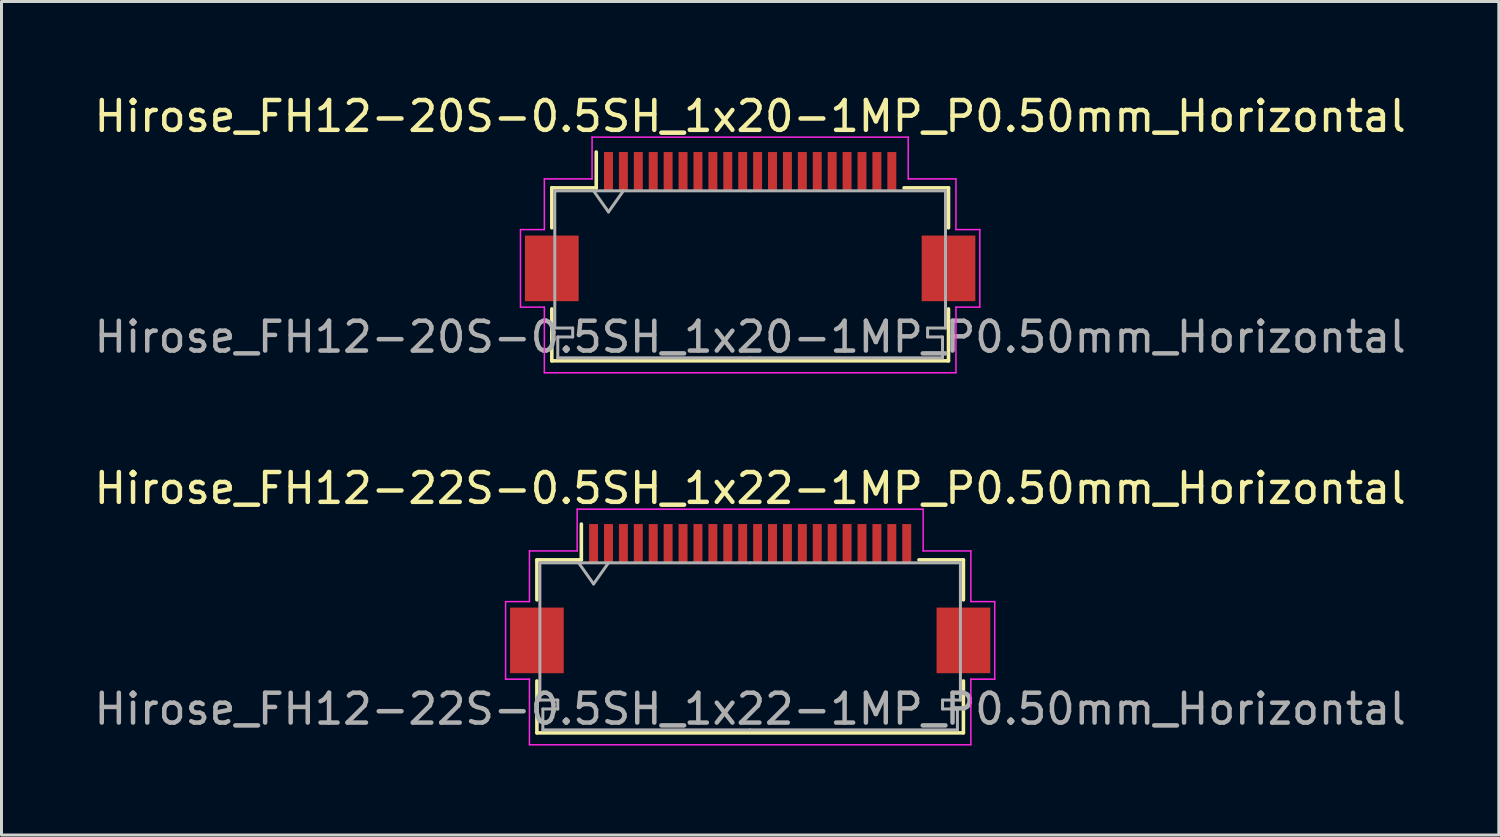
<source format=kicad_pcb>
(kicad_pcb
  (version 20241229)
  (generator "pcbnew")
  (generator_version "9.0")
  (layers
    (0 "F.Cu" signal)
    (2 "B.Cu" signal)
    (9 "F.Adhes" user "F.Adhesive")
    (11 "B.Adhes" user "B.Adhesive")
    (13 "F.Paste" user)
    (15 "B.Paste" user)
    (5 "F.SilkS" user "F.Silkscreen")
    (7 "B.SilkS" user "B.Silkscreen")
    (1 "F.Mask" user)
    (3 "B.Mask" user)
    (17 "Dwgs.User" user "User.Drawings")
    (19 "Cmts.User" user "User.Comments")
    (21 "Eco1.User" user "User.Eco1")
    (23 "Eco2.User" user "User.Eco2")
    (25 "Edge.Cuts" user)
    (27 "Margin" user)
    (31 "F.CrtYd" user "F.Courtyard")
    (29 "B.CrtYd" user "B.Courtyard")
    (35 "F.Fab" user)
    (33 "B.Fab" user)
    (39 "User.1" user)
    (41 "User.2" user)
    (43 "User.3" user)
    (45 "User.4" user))
  (footprint "Hirose_FH12-20S-0.5SH_1x20-1MP_P0.50mm_Horizontal"
    (layer "F.Cu")
    (at 22.101 4.548)
    (property "Reference" "Hirose_FH12-20S-0.5SH_1x20-1MP_P0.50mm_Horizontal" (at 0 -3.7 0) (layer "F.SilkS") (effects (font (size 1 1) (thickness 0.15))))
    (attr smd)
    (fp_line (start -6.65 -1.3) (end -6.65 0.04) (stroke (width 0.12) (type solid)) (layer "F.SilkS"))
    (fp_line (start -6.65 2.76) (end -6.65 4.5) (stroke (width 0.12) (type solid)) (layer "F.SilkS"))
    (fp_line (start -6.65 4.5) (end 6.65 4.5) (stroke (width 0.12) (type solid)) (layer "F.SilkS"))
    (fp_line (start -5.16 -1.3) (end -6.65 -1.3) (stroke (width 0.12) (type solid)) (layer "F.SilkS"))
    (fp_line (start -5.16 -1.3) (end -5.16 -2.5) (stroke (width 0.12) (type solid)) (layer "F.SilkS"))
    (fp_line (start 5.16 -1.3) (end 6.65 -1.3) (stroke (width 0.12) (type solid)) (layer "F.SilkS"))
    (fp_line (start 6.65 -1.3) (end 6.65 0.04) (stroke (width 0.12) (type solid)) (layer "F.SilkS"))
    (fp_line (start 6.65 4.5) (end 6.65 2.76) (stroke (width 0.12) (type solid)) (layer "F.SilkS"))
    (fp_line (start -7.7 0.1) (end -6.9 0.1) (stroke (width 0.05) (type solid)) (layer "F.CrtYd"))
    (fp_line (start -7.7 2.7) (end -7.7 0.1) (stroke (width 0.05) (type solid)) (layer "F.CrtYd"))
    (fp_line (start -7.7 2.7) (end -6.9 2.7) (stroke (width 0.05) (type solid)) (layer "F.CrtYd"))
    (fp_line (start -6.9 -1.6) (end -6.9 0.1) (stroke (width 0.05) (type solid)) (layer "F.CrtYd"))
    (fp_line (start -6.9 -1.6) (end -5.3 -1.6) (stroke (width 0.05) (type solid)) (layer "F.CrtYd"))
    (fp_line (start -6.9 4.9) (end -6.9 2.7) (stroke (width 0.05) (type solid)) (layer "F.CrtYd"))
    (fp_line (start -6.9 4.9) (end 6.9 4.9) (stroke (width 0.05) (type solid)) (layer "F.CrtYd"))
    (fp_line (start -5.3 -1.6) (end -5.3 -3) (stroke (width 0.05) (type solid)) (layer "F.CrtYd"))
    (fp_line (start 5.3 -3) (end -5.3 -3) (stroke (width 0.05) (type solid)) (layer "F.CrtYd"))
    (fp_line (start 5.3 -1.6) (end 5.3 -3) (stroke (width 0.05) (type solid)) (layer "F.CrtYd"))
    (fp_line (start 6.9 -1.6) (end 5.3 -1.6) (stroke (width 0.05) (type solid)) (layer "F.CrtYd"))
    (fp_line (start 6.9 -1.6) (end 6.9 0.1) (stroke (width 0.05) (type solid)) (layer "F.CrtYd"))
    (fp_line (start 6.9 2.7) (end 7.7 2.7) (stroke (width 0.05) (type solid)) (layer "F.CrtYd"))
    (fp_line (start 6.9 4.9) (end 6.9 2.7) (stroke (width 0.05) (type solid)) (layer "F.CrtYd"))
    (fp_line (start 7.7 0.1) (end 6.9 0.1) (stroke (width 0.05) (type solid)) (layer "F.CrtYd"))
    (fp_line (start 7.7 2.7) (end 7.7 0.1) (stroke (width 0.05) (type solid)) (layer "F.CrtYd"))
    (fp_line (start -6.55 -1.2) (end -6.55 3.4) (stroke (width 0.1) (type solid)) (layer "F.Fab"))
    (fp_line (start -6.55 3.4) (end -5.95 3.4) (stroke (width 0.1) (type solid)) (layer "F.Fab"))
    (fp_line (start -6.45 3.7) (end -6.45 4.4) (stroke (width 0.1) (type solid)) (layer "F.Fab"))
    (fp_line (start -6.45 4.4) (end 0 4.4) (stroke (width 0.1) (type solid)) (layer "F.Fab"))
    (fp_line (start -5.95 3.4) (end -5.95 3.7) (stroke (width 0.1) (type solid)) (layer "F.Fab"))
    (fp_line (start -5.95 3.7) (end -6.45 3.7) (stroke (width 0.1) (type solid)) (layer "F.Fab"))
    (fp_line (start -5.25 -1.2) (end -4.75 -0.493) (stroke (width 0.1) (type solid)) (layer "F.Fab"))
    (fp_line (start -4.75 -0.493) (end -4.25 -1.2) (stroke (width 0.1) (type solid)) (layer "F.Fab"))
    (fp_line (start 0 -1.2) (end -6.55 -1.2) (stroke (width 0.1) (type solid)) (layer "F.Fab"))
    (fp_line (start 0 -1.2) (end 6.55 -1.2) (stroke (width 0.1) (type solid)) (layer "F.Fab"))
    (fp_line (start 5.95 3.4) (end 5.95 3.7) (stroke (width 0.1) (type solid)) (layer "F.Fab"))
    (fp_line (start 5.95 3.7) (end 6.45 3.7) (stroke (width 0.1) (type solid)) (layer "F.Fab"))
    (fp_line (start 6.45 3.7) (end 6.45 4.4) (stroke (width 0.1) (type solid)) (layer "F.Fab"))
    (fp_line (start 6.45 4.4) (end 0 4.4) (stroke (width 0.1) (type solid)) (layer "F.Fab"))
    (fp_line (start 6.55 -1.2) (end 6.55 3.4) (stroke (width 0.1) (type solid)) (layer "F.Fab"))
    (fp_line (start 6.55 3.4) (end 5.95 3.4) (stroke (width 0.1) (type solid)) (layer "F.Fab"))
    (fp_text user "${REFERENCE}" (at 0 3.7 0) (layer "F.Fab") (effects (font (size 1 1) (thickness 0.15))))
    (pad "1" smd rect (at -4.75 -1.85) (size 0.3 1.3) (layers "F.Cu" "F.Mask" "F.Paste"))
    (pad "2" smd rect (at -4.25 -1.85) (size 0.3 1.3) (layers "F.Cu" "F.Mask" "F.Paste"))
    (pad "3" smd rect (at -3.75 -1.85) (size 0.3 1.3) (layers "F.Cu" "F.Mask" "F.Paste"))
    (pad "4" smd rect (at -3.25 -1.85) (size 0.3 1.3) (layers "F.Cu" "F.Mask" "F.Paste"))
    (pad "5" smd rect (at -2.75 -1.85) (size 0.3 1.3) (layers "F.Cu" "F.Mask" "F.Paste"))
    (pad "6" smd rect (at -2.25 -1.85) (size 0.3 1.3) (layers "F.Cu" "F.Mask" "F.Paste"))
    (pad "7" smd rect (at -1.75 -1.85) (size 0.3 1.3) (layers "F.Cu" "F.Mask" "F.Paste"))
    (pad "8" smd rect (at -1.25 -1.85) (size 0.3 1.3) (layers "F.Cu" "F.Mask" "F.Paste"))
    (pad "9" smd rect (at -0.75 -1.85) (size 0.3 1.3) (layers "F.Cu" "F.Mask" "F.Paste"))
    (pad "10" smd rect (at -0.25 -1.85) (size 0.3 1.3) (layers "F.Cu" "F.Mask" "F.Paste"))
    (pad "11" smd rect (at 0.25 -1.85) (size 0.3 1.3) (layers "F.Cu" "F.Mask" "F.Paste"))
    (pad "12" smd rect (at 0.75 -1.85) (size 0.3 1.3) (layers "F.Cu" "F.Mask" "F.Paste"))
    (pad "13" smd rect (at 1.25 -1.85) (size 0.3 1.3) (layers "F.Cu" "F.Mask" "F.Paste"))
    (pad "14" smd rect (at 1.75 -1.85) (size 0.3 1.3) (layers "F.Cu" "F.Mask" "F.Paste"))
    (pad "15" smd rect (at 2.25 -1.85) (size 0.3 1.3) (layers "F.Cu" "F.Mask" "F.Paste"))
    (pad "16" smd rect (at 2.75 -1.85) (size 0.3 1.3) (layers "F.Cu" "F.Mask" "F.Paste"))
    (pad "17" smd rect (at 3.25 -1.85) (size 0.3 1.3) (layers "F.Cu" "F.Mask" "F.Paste"))
    (pad "18" smd rect (at 3.75 -1.85) (size 0.3 1.3) (layers "F.Cu" "F.Mask" "F.Paste"))
    (pad "19" smd rect (at 4.25 -1.85) (size 0.3 1.3) (layers "F.Cu" "F.Mask" "F.Paste"))
    (pad "20" smd rect (at 4.75 -1.85) (size 0.3 1.3) (layers "F.Cu" "F.Mask" "F.Paste"))
    (pad "MP" smd rect (at -6.65 1.4) (size 1.8 2.2) (layers "F.Cu" "F.Mask" "F.Paste"))
    (pad "MP" smd rect (at 6.65 1.4) (size 1.8 2.2) (layers "F.Cu" "F.Mask" "F.Paste")))
  (footprint "Hirose_FH12-22S-0.5SH_1x22-1MP_P0.50mm_Horizontal"
    (layer "F.Cu")
    (at 22.101 17.021)
    (property "Reference" "Hirose_FH12-22S-0.5SH_1x22-1MP_P0.50mm_Horizontal" (at 0 -3.7 0) (layer "F.SilkS") (effects (font (size 1 1) (thickness 0.15))))
    (attr smd)
    (fp_line (start -7.15 -1.3) (end -7.15 0.04) (stroke (width 0.12) (type solid)) (layer "F.SilkS"))
    (fp_line (start -7.15 2.76) (end -7.15 4.5) (stroke (width 0.12) (type solid)) (layer "F.SilkS"))
    (fp_line (start -7.15 4.5) (end 7.15 4.5) (stroke (width 0.12) (type solid)) (layer "F.SilkS"))
    (fp_line (start -5.66 -1.3) (end -7.15 -1.3) (stroke (width 0.12) (type solid)) (layer "F.SilkS"))
    (fp_line (start -5.66 -1.3) (end -5.66 -2.5) (stroke (width 0.12) (type solid)) (layer "F.SilkS"))
    (fp_line (start 5.66 -1.3) (end 7.15 -1.3) (stroke (width 0.12) (type solid)) (layer "F.SilkS"))
    (fp_line (start 7.15 -1.3) (end 7.15 0.04) (stroke (width 0.12) (type solid)) (layer "F.SilkS"))
    (fp_line (start 7.15 4.5) (end 7.15 2.76) (stroke (width 0.12) (type solid)) (layer "F.SilkS"))
    (fp_line (start -8.2 0.1) (end -7.4 0.1) (stroke (width 0.05) (type solid)) (layer "F.CrtYd"))
    (fp_line (start -8.2 2.7) (end -8.2 0.1) (stroke (width 0.05) (type solid)) (layer "F.CrtYd"))
    (fp_line (start -8.2 2.7) (end -7.4 2.7) (stroke (width 0.05) (type solid)) (layer "F.CrtYd"))
    (fp_line (start -7.4 -1.6) (end -7.4 0.1) (stroke (width 0.05) (type solid)) (layer "F.CrtYd"))
    (fp_line (start -7.4 -1.6) (end -5.8 -1.6) (stroke (width 0.05) (type solid)) (layer "F.CrtYd"))
    (fp_line (start -7.4 4.9) (end -7.4 2.7) (stroke (width 0.05) (type solid)) (layer "F.CrtYd"))
    (fp_line (start -7.4 4.9) (end 7.4 4.9) (stroke (width 0.05) (type solid)) (layer "F.CrtYd"))
    (fp_line (start -5.8 -1.6) (end -5.8 -3) (stroke (width 0.05) (type solid)) (layer "F.CrtYd"))
    (fp_line (start 5.8 -3) (end -5.8 -3) (stroke (width 0.05) (type solid)) (layer "F.CrtYd"))
    (fp_line (start 5.8 -1.6) (end 5.8 -3) (stroke (width 0.05) (type solid)) (layer "F.CrtYd"))
    (fp_line (start 7.4 -1.6) (end 5.8 -1.6) (stroke (width 0.05) (type solid)) (layer "F.CrtYd"))
    (fp_line (start 7.4 -1.6) (end 7.4 0.1) (stroke (width 0.05) (type solid)) (layer "F.CrtYd"))
    (fp_line (start 7.4 2.7) (end 8.2 2.7) (stroke (width 0.05) (type solid)) (layer "F.CrtYd"))
    (fp_line (start 7.4 4.9) (end 7.4 2.7) (stroke (width 0.05) (type solid)) (layer "F.CrtYd"))
    (fp_line (start 8.2 0.1) (end 7.4 0.1) (stroke (width 0.05) (type solid)) (layer "F.CrtYd"))
    (fp_line (start 8.2 2.7) (end 8.2 0.1) (stroke (width 0.05) (type solid)) (layer "F.CrtYd"))
    (fp_line (start -7.05 -1.2) (end -7.05 3.4) (stroke (width 0.1) (type solid)) (layer "F.Fab"))
    (fp_line (start -7.05 3.4) (end -6.45 3.4) (stroke (width 0.1) (type solid)) (layer "F.Fab"))
    (fp_line (start -6.95 3.7) (end -6.95 4.4) (stroke (width 0.1) (type solid)) (layer "F.Fab"))
    (fp_line (start -6.95 4.4) (end 0 4.4) (stroke (width 0.1) (type solid)) (layer "F.Fab"))
    (fp_line (start -6.45 3.4) (end -6.45 3.7) (stroke (width 0.1) (type solid)) (layer "F.Fab"))
    (fp_line (start -6.45 3.7) (end -6.95 3.7) (stroke (width 0.1) (type solid)) (layer "F.Fab"))
    (fp_line (start -5.75 -1.2) (end -5.25 -0.493) (stroke (width 0.1) (type solid)) (layer "F.Fab"))
    (fp_line (start -5.25 -0.493) (end -4.75 -1.2) (stroke (width 0.1) (type solid)) (layer "F.Fab"))
    (fp_line (start 0 -1.2) (end -7.05 -1.2) (stroke (width 0.1) (type solid)) (layer "F.Fab"))
    (fp_line (start 0 -1.2) (end 7.05 -1.2) (stroke (width 0.1) (type solid)) (layer "F.Fab"))
    (fp_line (start 6.45 3.4) (end 6.45 3.7) (stroke (width 0.1) (type solid)) (layer "F.Fab"))
    (fp_line (start 6.45 3.7) (end 6.95 3.7) (stroke (width 0.1) (type solid)) (layer "F.Fab"))
    (fp_line (start 6.95 3.7) (end 6.95 4.4) (stroke (width 0.1) (type solid)) (layer "F.Fab"))
    (fp_line (start 6.95 4.4) (end 0 4.4) (stroke (width 0.1) (type solid)) (layer "F.Fab"))
    (fp_line (start 7.05 -1.2) (end 7.05 3.4) (stroke (width 0.1) (type solid)) (layer "F.Fab"))
    (fp_line (start 7.05 3.4) (end 6.45 3.4) (stroke (width 0.1) (type solid)) (layer "F.Fab"))
    (fp_text user "${REFERENCE}" (at 0 3.7 0) (layer "F.Fab") (effects (font (size 1 1) (thickness 0.15))))
    (pad "1" smd rect (at -5.25 -1.85) (size 0.3 1.3) (layers "F.Cu" "F.Mask" "F.Paste"))
    (pad "2" smd rect (at -4.75 -1.85) (size 0.3 1.3) (layers "F.Cu" "F.Mask" "F.Paste"))
    (pad "3" smd rect (at -4.25 -1.85) (size 0.3 1.3) (layers "F.Cu" "F.Mask" "F.Paste"))
    (pad "4" smd rect (at -3.75 -1.85) (size 0.3 1.3) (layers "F.Cu" "F.Mask" "F.Paste"))
    (pad "5" smd rect (at -3.25 -1.85) (size 0.3 1.3) (layers "F.Cu" "F.Mask" "F.Paste"))
    (pad "6" smd rect (at -2.75 -1.85) (size 0.3 1.3) (layers "F.Cu" "F.Mask" "F.Paste"))
    (pad "7" smd rect (at -2.25 -1.85) (size 0.3 1.3) (layers "F.Cu" "F.Mask" "F.Paste"))
    (pad "8" smd rect (at -1.75 -1.85) (size 0.3 1.3) (layers "F.Cu" "F.Mask" "F.Paste"))
    (pad "9" smd rect (at -1.25 -1.85) (size 0.3 1.3) (layers "F.Cu" "F.Mask" "F.Paste"))
    (pad "10" smd rect (at -0.75 -1.85) (size 0.3 1.3) (layers "F.Cu" "F.Mask" "F.Paste"))
    (pad "11" smd rect (at -0.25 -1.85) (size 0.3 1.3) (layers "F.Cu" "F.Mask" "F.Paste"))
    (pad "12" smd rect (at 0.25 -1.85) (size 0.3 1.3) (layers "F.Cu" "F.Mask" "F.Paste"))
    (pad "13" smd rect (at 0.75 -1.85) (size 0.3 1.3) (layers "F.Cu" "F.Mask" "F.Paste"))
    (pad "14" smd rect (at 1.25 -1.85) (size 0.3 1.3) (layers "F.Cu" "F.Mask" "F.Paste"))
    (pad "15" smd rect (at 1.75 -1.85) (size 0.3 1.3) (layers "F.Cu" "F.Mask" "F.Paste"))
    (pad "16" smd rect (at 2.25 -1.85) (size 0.3 1.3) (layers "F.Cu" "F.Mask" "F.Paste"))
    (pad "17" smd rect (at 2.75 -1.85) (size 0.3 1.3) (layers "F.Cu" "F.Mask" "F.Paste"))
    (pad "18" smd rect (at 3.25 -1.85) (size 0.3 1.3) (layers "F.Cu" "F.Mask" "F.Paste"))
    (pad "19" smd rect (at 3.75 -1.85) (size 0.3 1.3) (layers "F.Cu" "F.Mask" "F.Paste"))
    (pad "20" smd rect (at 4.25 -1.85) (size 0.3 1.3) (layers "F.Cu" "F.Mask" "F.Paste"))
    (pad "21" smd rect (at 4.75 -1.85) (size 0.3 1.3) (layers "F.Cu" "F.Mask" "F.Paste"))
    (pad "22" smd rect (at 5.25 -1.85) (size 0.3 1.3) (layers "F.Cu" "F.Mask" "F.Paste"))
    (pad "MP" smd rect (at -7.15 1.4) (size 1.8 2.2) (layers "F.Cu" "F.Mask" "F.Paste"))
    (pad "MP" smd rect (at 7.15 1.4) (size 1.8 2.2) (layers "F.Cu" "F.Mask" "F.Paste")))
  (gr_rect
    (start -3 -3)
    (end 47.202 24.947)
    (stroke (width 0.1) (type default))
    (fill no)
    (layer "Edge.Cuts")))
</source>
